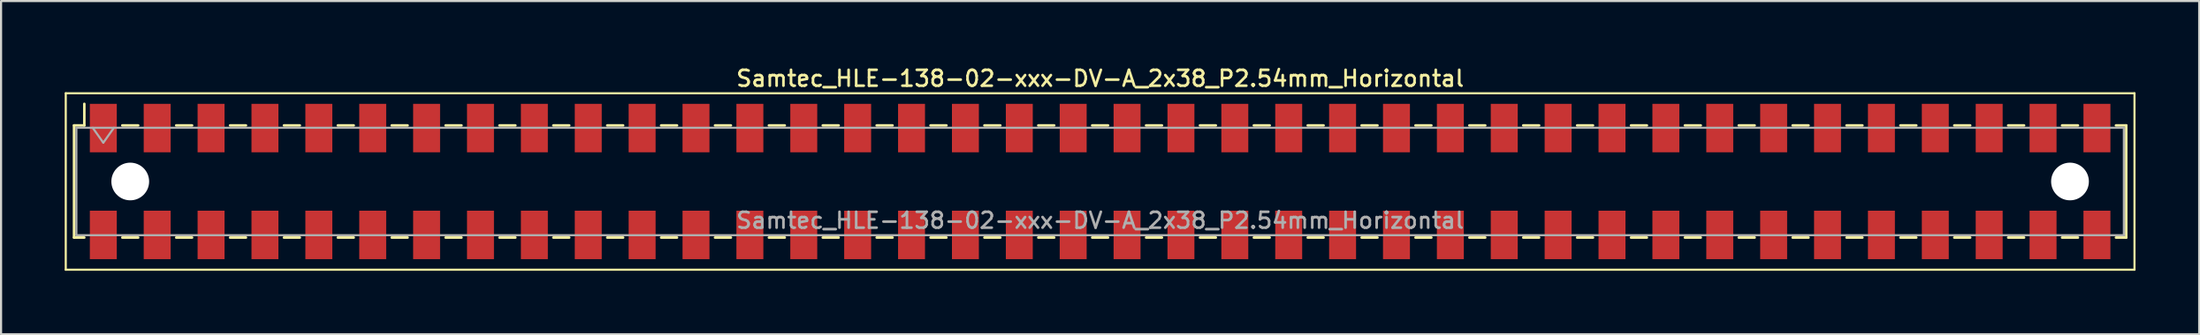
<source format=kicad_pcb>
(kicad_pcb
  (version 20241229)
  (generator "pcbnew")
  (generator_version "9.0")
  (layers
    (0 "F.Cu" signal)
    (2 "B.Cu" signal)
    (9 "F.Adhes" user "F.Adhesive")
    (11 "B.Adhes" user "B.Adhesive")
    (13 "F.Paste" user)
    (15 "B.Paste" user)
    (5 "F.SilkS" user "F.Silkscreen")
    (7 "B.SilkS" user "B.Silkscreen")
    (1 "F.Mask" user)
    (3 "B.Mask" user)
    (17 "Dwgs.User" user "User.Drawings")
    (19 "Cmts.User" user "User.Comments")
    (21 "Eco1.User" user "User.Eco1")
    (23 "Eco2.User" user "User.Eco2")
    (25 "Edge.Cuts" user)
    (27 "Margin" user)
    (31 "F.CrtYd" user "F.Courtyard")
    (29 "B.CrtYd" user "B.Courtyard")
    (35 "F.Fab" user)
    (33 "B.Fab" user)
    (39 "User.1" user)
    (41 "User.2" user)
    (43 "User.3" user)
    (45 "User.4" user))
  (footprint "Samtec_HLE-138-02-xxx-DV-A_2x38_P2.54mm_Horizontal"
    (layer "F.Cu")
    (at 48.81 5.528)
    (property "Reference" "Samtec_HLE-138-02-xxx-DV-A_2x38_P2.54mm_Horizontal" (at 0 -4.87 0) (layer "F.SilkS") (effects (font (size 0.75 0.75) (thickness 0.125))))
    (attr smd)
    (fp_line (start -48.76 -4.17) (end 48.76 -4.17) (stroke (width 0.1) (type solid)) (layer "F.SilkS"))
    (fp_line (start -48.76 4.17) (end -48.76 -4.17) (stroke (width 0.1) (type solid)) (layer "F.SilkS"))
    (fp_line (start -48.37 -2.65) (end -48.37 2.65) (stroke (width 0.12) (type solid)) (layer "F.SilkS"))
    (fp_line (start -48.37 2.65) (end -47.885 2.65) (stroke (width 0.12) (type solid)) (layer "F.SilkS"))
    (fp_line (start -47.885 -3.67) (end -47.885 -2.65) (stroke (width 0.12) (type solid)) (layer "F.SilkS"))
    (fp_line (start -47.885 -2.65) (end -48.37 -2.65) (stroke (width 0.12) (type solid)) (layer "F.SilkS"))
    (fp_line (start -46.095 -2.65) (end -45.345 -2.65) (stroke (width 0.12) (type solid)) (layer "F.SilkS"))
    (fp_line (start -46.095 2.65) (end -45.345 2.65) (stroke (width 0.12) (type solid)) (layer "F.SilkS"))
    (fp_line (start -43.555 -2.65) (end -42.805 -2.65) (stroke (width 0.12) (type solid)) (layer "F.SilkS"))
    (fp_line (start -43.555 2.65) (end -42.805 2.65) (stroke (width 0.12) (type solid)) (layer "F.SilkS"))
    (fp_line (start -41.015 -2.65) (end -40.265 -2.65) (stroke (width 0.12) (type solid)) (layer "F.SilkS"))
    (fp_line (start -41.015 2.65) (end -40.265 2.65) (stroke (width 0.12) (type solid)) (layer "F.SilkS"))
    (fp_line (start -38.475 -2.65) (end -37.725 -2.65) (stroke (width 0.12) (type solid)) (layer "F.SilkS"))
    (fp_line (start -38.475 2.65) (end -37.725 2.65) (stroke (width 0.12) (type solid)) (layer "F.SilkS"))
    (fp_line (start -35.935 -2.65) (end -35.185 -2.65) (stroke (width 0.12) (type solid)) (layer "F.SilkS"))
    (fp_line (start -35.935 2.65) (end -35.185 2.65) (stroke (width 0.12) (type solid)) (layer "F.SilkS"))
    (fp_line (start -33.395 -2.65) (end -32.645 -2.65) (stroke (width 0.12) (type solid)) (layer "F.SilkS"))
    (fp_line (start -33.395 2.65) (end -32.645 2.65) (stroke (width 0.12) (type solid)) (layer "F.SilkS"))
    (fp_line (start -30.855 -2.65) (end -30.105 -2.65) (stroke (width 0.12) (type solid)) (layer "F.SilkS"))
    (fp_line (start -30.855 2.65) (end -30.105 2.65) (stroke (width 0.12) (type solid)) (layer "F.SilkS"))
    (fp_line (start -28.315 -2.65) (end -27.565 -2.65) (stroke (width 0.12) (type solid)) (layer "F.SilkS"))
    (fp_line (start -28.315 2.65) (end -27.565 2.65) (stroke (width 0.12) (type solid)) (layer "F.SilkS"))
    (fp_line (start -25.775 -2.65) (end -25.025 -2.65) (stroke (width 0.12) (type solid)) (layer "F.SilkS"))
    (fp_line (start -25.775 2.65) (end -25.025 2.65) (stroke (width 0.12) (type solid)) (layer "F.SilkS"))
    (fp_line (start -23.235 -2.65) (end -22.485 -2.65) (stroke (width 0.12) (type solid)) (layer "F.SilkS"))
    (fp_line (start -23.235 2.65) (end -22.485 2.65) (stroke (width 0.12) (type solid)) (layer "F.SilkS"))
    (fp_line (start -20.695 -2.65) (end -19.945 -2.65) (stroke (width 0.12) (type solid)) (layer "F.SilkS"))
    (fp_line (start -20.695 2.65) (end -19.945 2.65) (stroke (width 0.12) (type solid)) (layer "F.SilkS"))
    (fp_line (start -18.155 -2.65) (end -17.405 -2.65) (stroke (width 0.12) (type solid)) (layer "F.SilkS"))
    (fp_line (start -18.155 2.65) (end -17.405 2.65) (stroke (width 0.12) (type solid)) (layer "F.SilkS"))
    (fp_line (start -15.615 -2.65) (end -14.865 -2.65) (stroke (width 0.12) (type solid)) (layer "F.SilkS"))
    (fp_line (start -15.615 2.65) (end -14.865 2.65) (stroke (width 0.12) (type solid)) (layer "F.SilkS"))
    (fp_line (start -13.075 -2.65) (end -12.325 -2.65) (stroke (width 0.12) (type solid)) (layer "F.SilkS"))
    (fp_line (start -13.075 2.65) (end -12.325 2.65) (stroke (width 0.12) (type solid)) (layer "F.SilkS"))
    (fp_line (start -10.535 -2.65) (end -9.785 -2.65) (stroke (width 0.12) (type solid)) (layer "F.SilkS"))
    (fp_line (start -10.535 2.65) (end -9.785 2.65) (stroke (width 0.12) (type solid)) (layer "F.SilkS"))
    (fp_line (start -7.995 -2.65) (end -7.245 -2.65) (stroke (width 0.12) (type solid)) (layer "F.SilkS"))
    (fp_line (start -7.995 2.65) (end -7.245 2.65) (stroke (width 0.12) (type solid)) (layer "F.SilkS"))
    (fp_line (start -5.455 -2.65) (end -4.705 -2.65) (stroke (width 0.12) (type solid)) (layer "F.SilkS"))
    (fp_line (start -5.455 2.65) (end -4.705 2.65) (stroke (width 0.12) (type solid)) (layer "F.SilkS"))
    (fp_line (start -2.915 -2.65) (end -2.165 -2.65) (stroke (width 0.12) (type solid)) (layer "F.SilkS"))
    (fp_line (start -2.915 2.65) (end -2.165 2.65) (stroke (width 0.12) (type solid)) (layer "F.SilkS"))
    (fp_line (start -0.375 -2.65) (end 0.375 -2.65) (stroke (width 0.12) (type solid)) (layer "F.SilkS"))
    (fp_line (start -0.375 2.65) (end 0.375 2.65) (stroke (width 0.12) (type solid)) (layer "F.SilkS"))
    (fp_line (start 2.165 -2.65) (end 2.915 -2.65) (stroke (width 0.12) (type solid)) (layer "F.SilkS"))
    (fp_line (start 2.165 2.65) (end 2.915 2.65) (stroke (width 0.12) (type solid)) (layer "F.SilkS"))
    (fp_line (start 4.705 -2.65) (end 5.455 -2.65) (stroke (width 0.12) (type solid)) (layer "F.SilkS"))
    (fp_line (start 4.705 2.65) (end 5.455 2.65) (stroke (width 0.12) (type solid)) (layer "F.SilkS"))
    (fp_line (start 7.245 -2.65) (end 7.995 -2.65) (stroke (width 0.12) (type solid)) (layer "F.SilkS"))
    (fp_line (start 7.245 2.65) (end 7.995 2.65) (stroke (width 0.12) (type solid)) (layer "F.SilkS"))
    (fp_line (start 9.785 -2.65) (end 10.535 -2.65) (stroke (width 0.12) (type solid)) (layer "F.SilkS"))
    (fp_line (start 9.785 2.65) (end 10.535 2.65) (stroke (width 0.12) (type solid)) (layer "F.SilkS"))
    (fp_line (start 12.325 -2.65) (end 13.075 -2.65) (stroke (width 0.12) (type solid)) (layer "F.SilkS"))
    (fp_line (start 12.325 2.65) (end 13.075 2.65) (stroke (width 0.12) (type solid)) (layer "F.SilkS"))
    (fp_line (start 14.865 -2.65) (end 15.615 -2.65) (stroke (width 0.12) (type solid)) (layer "F.SilkS"))
    (fp_line (start 14.865 2.65) (end 15.615 2.65) (stroke (width 0.12) (type solid)) (layer "F.SilkS"))
    (fp_line (start 17.405 -2.65) (end 18.155 -2.65) (stroke (width 0.12) (type solid)) (layer "F.SilkS"))
    (fp_line (start 17.405 2.65) (end 18.155 2.65) (stroke (width 0.12) (type solid)) (layer "F.SilkS"))
    (fp_line (start 19.945 -2.65) (end 20.695 -2.65) (stroke (width 0.12) (type solid)) (layer "F.SilkS"))
    (fp_line (start 19.945 2.65) (end 20.695 2.65) (stroke (width 0.12) (type solid)) (layer "F.SilkS"))
    (fp_line (start 22.485 -2.65) (end 23.235 -2.65) (stroke (width 0.12) (type solid)) (layer "F.SilkS"))
    (fp_line (start 22.485 2.65) (end 23.235 2.65) (stroke (width 0.12) (type solid)) (layer "F.SilkS"))
    (fp_line (start 25.025 -2.65) (end 25.775 -2.65) (stroke (width 0.12) (type solid)) (layer "F.SilkS"))
    (fp_line (start 25.025 2.65) (end 25.775 2.65) (stroke (width 0.12) (type solid)) (layer "F.SilkS"))
    (fp_line (start 27.565 -2.65) (end 28.315 -2.65) (stroke (width 0.12) (type solid)) (layer "F.SilkS"))
    (fp_line (start 27.565 2.65) (end 28.315 2.65) (stroke (width 0.12) (type solid)) (layer "F.SilkS"))
    (fp_line (start 30.105 -2.65) (end 30.855 -2.65) (stroke (width 0.12) (type solid)) (layer "F.SilkS"))
    (fp_line (start 30.105 2.65) (end 30.855 2.65) (stroke (width 0.12) (type solid)) (layer "F.SilkS"))
    (fp_line (start 32.645 -2.65) (end 33.395 -2.65) (stroke (width 0.12) (type solid)) (layer "F.SilkS"))
    (fp_line (start 32.645 2.65) (end 33.395 2.65) (stroke (width 0.12) (type solid)) (layer "F.SilkS"))
    (fp_line (start 35.185 -2.65) (end 35.935 -2.65) (stroke (width 0.12) (type solid)) (layer "F.SilkS"))
    (fp_line (start 35.185 2.65) (end 35.935 2.65) (stroke (width 0.12) (type solid)) (layer "F.SilkS"))
    (fp_line (start 37.725 -2.65) (end 38.475 -2.65) (stroke (width 0.12) (type solid)) (layer "F.SilkS"))
    (fp_line (start 37.725 2.65) (end 38.475 2.65) (stroke (width 0.12) (type solid)) (layer "F.SilkS"))
    (fp_line (start 40.265 -2.65) (end 41.015 -2.65) (stroke (width 0.12) (type solid)) (layer "F.SilkS"))
    (fp_line (start 40.265 2.65) (end 41.015 2.65) (stroke (width 0.12) (type solid)) (layer "F.SilkS"))
    (fp_line (start 42.805 -2.65) (end 43.555 -2.65) (stroke (width 0.12) (type solid)) (layer "F.SilkS"))
    (fp_line (start 42.805 2.65) (end 43.555 2.65) (stroke (width 0.12) (type solid)) (layer "F.SilkS"))
    (fp_line (start 45.345 -2.65) (end 46.095 -2.65) (stroke (width 0.12) (type solid)) (layer "F.SilkS"))
    (fp_line (start 45.345 2.65) (end 46.095 2.65) (stroke (width 0.12) (type solid)) (layer "F.SilkS"))
    (fp_line (start 47.885 -2.65) (end 48.37 -2.65) (stroke (width 0.12) (type solid)) (layer "F.SilkS"))
    (fp_line (start 48.37 -2.65) (end 48.37 2.65) (stroke (width 0.12) (type solid)) (layer "F.SilkS"))
    (fp_line (start 48.37 2.65) (end 47.885 2.65) (stroke (width 0.12) (type solid)) (layer "F.SilkS"))
    (fp_line (start 48.76 -4.17) (end 48.76 4.17) (stroke (width 0.1) (type solid)) (layer "F.SilkS"))
    (fp_line (start 48.76 4.17) (end -48.76 4.17) (stroke (width 0.1) (type solid)) (layer "F.SilkS"))
    (fp_line (start -48.26 -2.54) (end 48.26 -2.54) (stroke (width 0.1) (type solid)) (layer "F.Fab"))
    (fp_line (start -48.26 2.54) (end -48.26 -2.54) (stroke (width 0.1) (type solid)) (layer "F.Fab"))
    (fp_line (start -47.49 -2.54) (end -46.99 -1.833) (stroke (width 0.1) (type solid)) (layer "F.Fab"))
    (fp_line (start -46.99 -1.833) (end -46.49 -2.54) (stroke (width 0.1) (type solid)) (layer "F.Fab"))
    (fp_line (start 48.26 -2.54) (end 48.26 2.54) (stroke (width 0.1) (type solid)) (layer "F.Fab"))
    (fp_line (start 48.26 2.54) (end -48.26 2.54) (stroke (width 0.1) (type solid)) (layer "F.Fab"))
    (fp_text user "${REFERENCE}" (at 0 1.84 0) (layer "F.Fab") (effects (font (size 0.75 0.75) (thickness 0.125))))
    (pad "" np_thru_hole circle (at -45.72 0) (size 1.78 1.78) (drill 1.78) (layers "*.Cu" "*.Mask"))
    (pad "" np_thru_hole circle (at 45.72 0) (size 1.78 1.78) (drill 1.78) (layers "*.Cu" "*.Mask"))
    (pad "1" smd rect (at -46.99 -2.525) (size 1.27 2.29) (layers "F.Cu" "F.Mask" "F.Paste"))
    (pad "2" smd rect (at -46.99 2.525) (size 1.27 2.29) (layers "F.Cu" "F.Mask" "F.Paste"))
    (pad "3" smd rect (at -44.45 -2.525) (size 1.27 2.29) (layers "F.Cu" "F.Mask" "F.Paste"))
    (pad "4" smd rect (at -44.45 2.525) (size 1.27 2.29) (layers "F.Cu" "F.Mask" "F.Paste"))
    (pad "5" smd rect (at -41.91 -2.525) (size 1.27 2.29) (layers "F.Cu" "F.Mask" "F.Paste"))
    (pad "6" smd rect (at -41.91 2.525) (size 1.27 2.29) (layers "F.Cu" "F.Mask" "F.Paste"))
    (pad "7" smd rect (at -39.37 -2.525) (size 1.27 2.29) (layers "F.Cu" "F.Mask" "F.Paste"))
    (pad "8" smd rect (at -39.37 2.525) (size 1.27 2.29) (layers "F.Cu" "F.Mask" "F.Paste"))
    (pad "9" smd rect (at -36.83 -2.525) (size 1.27 2.29) (layers "F.Cu" "F.Mask" "F.Paste"))
    (pad "10" smd rect (at -36.83 2.525) (size 1.27 2.29) (layers "F.Cu" "F.Mask" "F.Paste"))
    (pad "11" smd rect (at -34.29 -2.525) (size 1.27 2.29) (layers "F.Cu" "F.Mask" "F.Paste"))
    (pad "12" smd rect (at -34.29 2.525) (size 1.27 2.29) (layers "F.Cu" "F.Mask" "F.Paste"))
    (pad "13" smd rect (at -31.75 -2.525) (size 1.27 2.29) (layers "F.Cu" "F.Mask" "F.Paste"))
    (pad "14" smd rect (at -31.75 2.525) (size 1.27 2.29) (layers "F.Cu" "F.Mask" "F.Paste"))
    (pad "15" smd rect (at -29.21 -2.525) (size 1.27 2.29) (layers "F.Cu" "F.Mask" "F.Paste"))
    (pad "16" smd rect (at -29.21 2.525) (size 1.27 2.29) (layers "F.Cu" "F.Mask" "F.Paste"))
    (pad "17" smd rect (at -26.67 -2.525) (size 1.27 2.29) (layers "F.Cu" "F.Mask" "F.Paste"))
    (pad "18" smd rect (at -26.67 2.525) (size 1.27 2.29) (layers "F.Cu" "F.Mask" "F.Paste"))
    (pad "19" smd rect (at -24.13 -2.525) (size 1.27 2.29) (layers "F.Cu" "F.Mask" "F.Paste"))
    (pad "20" smd rect (at -24.13 2.525) (size 1.27 2.29) (layers "F.Cu" "F.Mask" "F.Paste"))
    (pad "21" smd rect (at -21.59 -2.525) (size 1.27 2.29) (layers "F.Cu" "F.Mask" "F.Paste"))
    (pad "22" smd rect (at -21.59 2.525) (size 1.27 2.29) (layers "F.Cu" "F.Mask" "F.Paste"))
    (pad "23" smd rect (at -19.05 -2.525) (size 1.27 2.29) (layers "F.Cu" "F.Mask" "F.Paste"))
    (pad "24" smd rect (at -19.05 2.525) (size 1.27 2.29) (layers "F.Cu" "F.Mask" "F.Paste"))
    (pad "25" smd rect (at -16.51 -2.525) (size 1.27 2.29) (layers "F.Cu" "F.Mask" "F.Paste"))
    (pad "26" smd rect (at -16.51 2.525) (size 1.27 2.29) (layers "F.Cu" "F.Mask" "F.Paste"))
    (pad "27" smd rect (at -13.97 -2.525) (size 1.27 2.29) (layers "F.Cu" "F.Mask" "F.Paste"))
    (pad "28" smd rect (at -13.97 2.525) (size 1.27 2.29) (layers "F.Cu" "F.Mask" "F.Paste"))
    (pad "29" smd rect (at -11.43 -2.525) (size 1.27 2.29) (layers "F.Cu" "F.Mask" "F.Paste"))
    (pad "30" smd rect (at -11.43 2.525) (size 1.27 2.29) (layers "F.Cu" "F.Mask" "F.Paste"))
    (pad "31" smd rect (at -8.89 -2.525) (size 1.27 2.29) (layers "F.Cu" "F.Mask" "F.Paste"))
    (pad "32" smd rect (at -8.89 2.525) (size 1.27 2.29) (layers "F.Cu" "F.Mask" "F.Paste"))
    (pad "33" smd rect (at -6.35 -2.525) (size 1.27 2.29) (layers "F.Cu" "F.Mask" "F.Paste"))
    (pad "34" smd rect (at -6.35 2.525) (size 1.27 2.29) (layers "F.Cu" "F.Mask" "F.Paste"))
    (pad "35" smd rect (at -3.81 -2.525) (size 1.27 2.29) (layers "F.Cu" "F.Mask" "F.Paste"))
    (pad "36" smd rect (at -3.81 2.525) (size 1.27 2.29) (layers "F.Cu" "F.Mask" "F.Paste"))
    (pad "37" smd rect (at -1.27 -2.525) (size 1.27 2.29) (layers "F.Cu" "F.Mask" "F.Paste"))
    (pad "38" smd rect (at -1.27 2.525) (size 1.27 2.29) (layers "F.Cu" "F.Mask" "F.Paste"))
    (pad "39" smd rect (at 1.27 -2.525) (size 1.27 2.29) (layers "F.Cu" "F.Mask" "F.Paste"))
    (pad "40" smd rect (at 1.27 2.525) (size 1.27 2.29) (layers "F.Cu" "F.Mask" "F.Paste"))
    (pad "41" smd rect (at 3.81 -2.525) (size 1.27 2.29) (layers "F.Cu" "F.Mask" "F.Paste"))
    (pad "42" smd rect (at 3.81 2.525) (size 1.27 2.29) (layers "F.Cu" "F.Mask" "F.Paste"))
    (pad "43" smd rect (at 6.35 -2.525) (size 1.27 2.29) (layers "F.Cu" "F.Mask" "F.Paste"))
    (pad "44" smd rect (at 6.35 2.525) (size 1.27 2.29) (layers "F.Cu" "F.Mask" "F.Paste"))
    (pad "45" smd rect (at 8.89 -2.525) (size 1.27 2.29) (layers "F.Cu" "F.Mask" "F.Paste"))
    (pad "46" smd rect (at 8.89 2.525) (size 1.27 2.29) (layers "F.Cu" "F.Mask" "F.Paste"))
    (pad "47" smd rect (at 11.43 -2.525) (size 1.27 2.29) (layers "F.Cu" "F.Mask" "F.Paste"))
    (pad "48" smd rect (at 11.43 2.525) (size 1.27 2.29) (layers "F.Cu" "F.Mask" "F.Paste"))
    (pad "49" smd rect (at 13.97 -2.525) (size 1.27 2.29) (layers "F.Cu" "F.Mask" "F.Paste"))
    (pad "50" smd rect (at 13.97 2.525) (size 1.27 2.29) (layers "F.Cu" "F.Mask" "F.Paste"))
    (pad "51" smd rect (at 16.51 -2.525) (size 1.27 2.29) (layers "F.Cu" "F.Mask" "F.Paste"))
    (pad "52" smd rect (at 16.51 2.525) (size 1.27 2.29) (layers "F.Cu" "F.Mask" "F.Paste"))
    (pad "53" smd rect (at 19.05 -2.525) (size 1.27 2.29) (layers "F.Cu" "F.Mask" "F.Paste"))
    (pad "54" smd rect (at 19.05 2.525) (size 1.27 2.29) (layers "F.Cu" "F.Mask" "F.Paste"))
    (pad "55" smd rect (at 21.59 -2.525) (size 1.27 2.29) (layers "F.Cu" "F.Mask" "F.Paste"))
    (pad "56" smd rect (at 21.59 2.525) (size 1.27 2.29) (layers "F.Cu" "F.Mask" "F.Paste"))
    (pad "57" smd rect (at 24.13 -2.525) (size 1.27 2.29) (layers "F.Cu" "F.Mask" "F.Paste"))
    (pad "58" smd rect (at 24.13 2.525) (size 1.27 2.29) (layers "F.Cu" "F.Mask" "F.Paste"))
    (pad "59" smd rect (at 26.67 -2.525) (size 1.27 2.29) (layers "F.Cu" "F.Mask" "F.Paste"))
    (pad "60" smd rect (at 26.67 2.525) (size 1.27 2.29) (layers "F.Cu" "F.Mask" "F.Paste"))
    (pad "61" smd rect (at 29.21 -2.525) (size 1.27 2.29) (layers "F.Cu" "F.Mask" "F.Paste"))
    (pad "62" smd rect (at 29.21 2.525) (size 1.27 2.29) (layers "F.Cu" "F.Mask" "F.Paste"))
    (pad "63" smd rect (at 31.75 -2.525) (size 1.27 2.29) (layers "F.Cu" "F.Mask" "F.Paste"))
    (pad "64" smd rect (at 31.75 2.525) (size 1.27 2.29) (layers "F.Cu" "F.Mask" "F.Paste"))
    (pad "65" smd rect (at 34.29 -2.525) (size 1.27 2.29) (layers "F.Cu" "F.Mask" "F.Paste"))
    (pad "66" smd rect (at 34.29 2.525) (size 1.27 2.29) (layers "F.Cu" "F.Mask" "F.Paste"))
    (pad "67" smd rect (at 36.83 -2.525) (size 1.27 2.29) (layers "F.Cu" "F.Mask" "F.Paste"))
    (pad "68" smd rect (at 36.83 2.525) (size 1.27 2.29) (layers "F.Cu" "F.Mask" "F.Paste"))
    (pad "69" smd rect (at 39.37 -2.525) (size 1.27 2.29) (layers "F.Cu" "F.Mask" "F.Paste"))
    (pad "70" smd rect (at 39.37 2.525) (size 1.27 2.29) (layers "F.Cu" "F.Mask" "F.Paste"))
    (pad "71" smd rect (at 41.91 -2.525) (size 1.27 2.29) (layers "F.Cu" "F.Mask" "F.Paste"))
    (pad "72" smd rect (at 41.91 2.525) (size 1.27 2.29) (layers "F.Cu" "F.Mask" "F.Paste"))
    (pad "73" smd rect (at 44.45 -2.525) (size 1.27 2.29) (layers "F.Cu" "F.Mask" "F.Paste"))
    (pad "74" smd rect (at 44.45 2.525) (size 1.27 2.29) (layers "F.Cu" "F.Mask" "F.Paste"))
    (pad "75" smd rect (at 46.99 -2.525) (size 1.27 2.29) (layers "F.Cu" "F.Mask" "F.Paste"))
    (pad "76" smd rect (at 46.99 2.525) (size 1.27 2.29) (layers "F.Cu" "F.Mask" "F.Paste")))
  (gr_rect
    (start -3 -3)
    (end 100.62 12.748)
    (stroke (width 0.1) (type default))
    (fill no)
    (layer "Edge.Cuts")))
</source>
